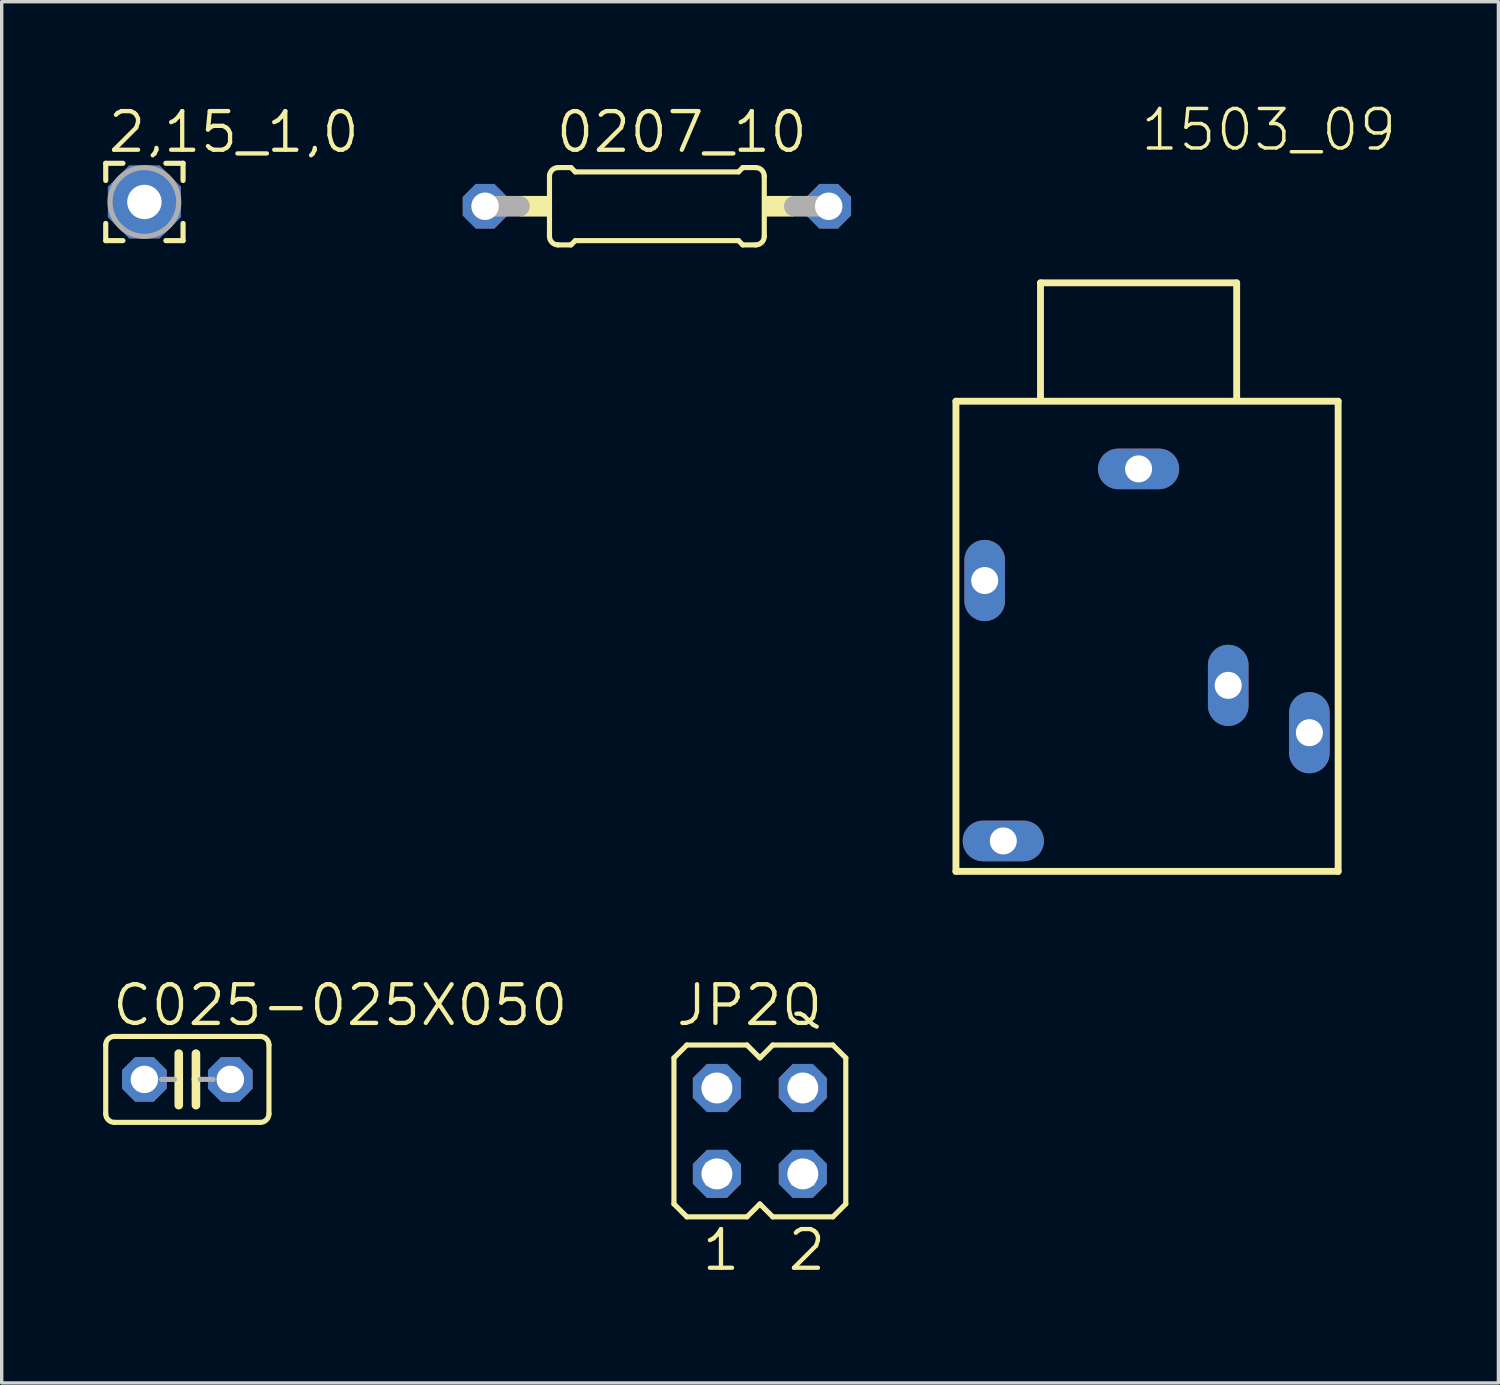
<source format=kicad_pcb>
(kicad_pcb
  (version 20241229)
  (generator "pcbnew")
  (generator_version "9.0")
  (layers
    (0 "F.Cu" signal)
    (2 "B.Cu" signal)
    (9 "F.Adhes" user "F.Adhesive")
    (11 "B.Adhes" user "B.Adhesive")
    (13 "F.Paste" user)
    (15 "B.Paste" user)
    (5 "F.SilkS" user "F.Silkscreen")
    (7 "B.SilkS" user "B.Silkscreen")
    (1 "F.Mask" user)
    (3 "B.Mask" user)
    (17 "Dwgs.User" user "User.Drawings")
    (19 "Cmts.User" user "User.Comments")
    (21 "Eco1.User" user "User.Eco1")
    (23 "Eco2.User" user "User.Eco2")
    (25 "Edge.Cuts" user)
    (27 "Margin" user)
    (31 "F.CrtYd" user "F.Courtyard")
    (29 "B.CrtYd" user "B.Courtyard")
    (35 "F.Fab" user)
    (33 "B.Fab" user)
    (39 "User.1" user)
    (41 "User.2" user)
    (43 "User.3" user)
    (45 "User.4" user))
  (footprint "C025-025X050"
    (layer "F.Cu")
    (at 2.489 28.863)
    (property "Reference" "C025-025X050" (at -2.286 -1.524 0) (layer "F.SilkS") (effects (font (size 1.143 1.143) (thickness 0.127)) (justify left bottom)))
    (fp_line (start -2.413 -1.016) (end -2.413 1.016) (stroke (width 0.152) (type solid)) (layer "F.SilkS"))
    (fp_line (start -2.159 -1.27) (end 2.159 -1.27) (stroke (width 0.152) (type solid)) (layer "F.SilkS"))
    (fp_line (start -0.254 -0.762) (end -0.254 0) (stroke (width 0.254) (type solid)) (layer "F.SilkS"))
    (fp_line (start -0.254 0) (end -0.381 0) (stroke (width 0.152) (type solid)) (layer "F.SilkS"))
    (fp_line (start -0.254 0) (end -0.254 0.762) (stroke (width 0.254) (type solid)) (layer "F.SilkS"))
    (fp_line (start 0.254 0) (end 0.254 -0.762) (stroke (width 0.254) (type solid)) (layer "F.SilkS"))
    (fp_line (start 0.254 0) (end 0.254 0.762) (stroke (width 0.254) (type solid)) (layer "F.SilkS"))
    (fp_line (start 0.381 0) (end 0.254 0) (stroke (width 0.152) (type solid)) (layer "F.SilkS"))
    (fp_line (start 2.159 1.27) (end -2.159 1.27) (stroke (width 0.152) (type solid)) (layer "F.SilkS"))
    (fp_line (start 2.413 -1.016) (end 2.413 1.016) (stroke (width 0.152) (type solid)) (layer "F.SilkS"))
    (fp_arc (start -2.413 -1.016) (mid -2.338605 -1.195605) (end -2.159 -1.27) (stroke (width 0.1524) (type solid)) (layer "F.SilkS"))
    (fp_arc (start -2.159 1.27) (mid -2.338605 1.195605) (end -2.413 1.016) (stroke (width 0.1524) (type solid)) (layer "F.SilkS"))
    (fp_arc (start 2.159 -1.27) (mid 2.338605 -1.195605) (end 2.413 -1.016) (stroke (width 0.1524) (type solid)) (layer "F.SilkS"))
    (fp_arc (start 2.413 1.016) (mid 2.338605 1.195605) (end 2.159 1.27) (stroke (width 0.1524) (type solid)) (layer "F.SilkS"))
    (fp_line (start -0.381 0) (end -0.762 0) (stroke (width 0.152) (type solid)) (layer "F.Fab"))
    (fp_line (start 0.762 0) (end 0.381 0) (stroke (width 0.152) (type solid)) (layer "F.Fab"))
    (pad "1" thru_hole roundrect (at -1.27 0) (size 1.321 1.321) (drill 0.813) (layers "*.Cu" "*.Mask") (roundrect_rratio 0.25) (chamfer_ratio 0.293) (chamfer top_left top_right bottom_left bottom_right))
    (pad "2" thru_hole roundrect (at 1.27 0) (size 1.321 1.321) (drill 0.813) (layers "*.Cu" "*.Mask") (roundrect_rratio 0.25) (chamfer_ratio 0.293) (chamfer top_left top_right bottom_left bottom_right)))
  (footprint "1503_09"
    (layer "F.Cu")
    (at 30.613 8.713)
    (property "Reference" "1503_09" (at 0 -7.24 0) (layer "F.SilkS") (effects (font (size 1.168 1.168) (thickness 0.102)) (justify left bottom)))
    (fp_line (start -5.4 0.1) (end 5.9 0.1) (stroke (width 0.203) (type solid)) (layer "F.SilkS"))
    (fp_line (start -5.4 14) (end -5.4 0.1) (stroke (width 0.203) (type solid)) (layer "F.SilkS"))
    (fp_line (start -2.9 -3.4) (end 2.9 -3.4) (stroke (width 0.203) (type solid)) (layer "F.SilkS"))
    (fp_line (start -2.9 0) (end -2.9 -3.4) (stroke (width 0.203) (type solid)) (layer "F.SilkS"))
    (fp_line (start 2.9 -3.4) (end 2.9 0) (stroke (width 0.203) (type solid)) (layer "F.SilkS"))
    (fp_line (start 5.9 0.1) (end 5.9 14) (stroke (width 0.203) (type solid)) (layer "F.SilkS"))
    (fp_line (start 5.9 14) (end -5.4 14) (stroke (width 0.203) (type solid)) (layer "F.SilkS"))
    (pad "1" thru_hole oval (at 0 2.1 180) (size 2.4 1.2) (drill 0.8) (layers "*.Cu" "*.Mask"))
    (pad "2" thru_hole oval (at -4.55 5.4 90) (size 2.4 1.2) (drill 0.8) (layers "*.Cu" "*.Mask"))
    (pad "3" thru_hole oval (at 5.05 9.9 90) (size 2.4 1.2) (drill 0.8) (layers "*.Cu" "*.Mask"))
    (pad "4" thru_hole oval (at -4 13.1 180) (size 2.4 1.2) (drill 0.8) (layers "*.Cu" "*.Mask"))
    (pad "5" thru_hole oval (at 2.65 8.5 90) (size 2.4 1.2) (drill 0.8) (layers "*.Cu" "*.Mask")))
  (footprint "JP2Q"
    (layer "F.Cu")
    (at 19.416 30.387)
    (property "Reference" "JP2Q" (at -2.54 -3.048 0) (layer "F.SilkS") (effects (font (size 1.143 1.143) (thickness 0.127)) (justify left bottom)))
    (fp_line (start -2.54 -2.159) (end -2.159 -2.54) (stroke (width 0.152) (type solid)) (layer "F.SilkS"))
    (fp_line (start -2.54 2.159) (end -2.54 -2.159) (stroke (width 0.152) (type solid)) (layer "F.SilkS"))
    (fp_line (start -2.54 2.159) (end -2.159 2.54) (stroke (width 0.152) (type solid)) (layer "F.SilkS"))
    (fp_line (start -2.159 -2.54) (end -0.381 -2.54) (stroke (width 0.152) (type solid)) (layer "F.SilkS"))
    (fp_line (start -2.159 2.54) (end -0.381 2.54) (stroke (width 0.152) (type solid)) (layer "F.SilkS"))
    (fp_line (start -0.381 -2.54) (end 0 -2.159) (stroke (width 0.152) (type solid)) (layer "F.SilkS"))
    (fp_line (start 0 -2.159) (end 0.381 -2.54) (stroke (width 0.152) (type solid)) (layer "F.SilkS"))
    (fp_line (start 0 2.159) (end -0.381 2.54) (stroke (width 0.152) (type solid)) (layer "F.SilkS"))
    (fp_line (start 0 2.159) (end 0.381 2.54) (stroke (width 0.152) (type solid)) (layer "F.SilkS"))
    (fp_line (start 0.381 -2.54) (end 2.159 -2.54) (stroke (width 0.152) (type solid)) (layer "F.SilkS"))
    (fp_line (start 2.159 2.54) (end 0.381 2.54) (stroke (width 0.152) (type solid)) (layer "F.SilkS"))
    (fp_line (start 2.54 -2.159) (end 2.159 -2.54) (stroke (width 0.152) (type solid)) (layer "F.SilkS"))
    (fp_line (start 2.54 -2.159) (end 2.54 2.159) (stroke (width 0.152) (type solid)) (layer "F.SilkS"))
    (fp_line (start 2.54 2.159) (end 2.159 2.54) (stroke (width 0.152) (type solid)) (layer "F.SilkS"))
    (fp_poly (pts (xy -1.575 -0.965) (xy -0.965 -0.965) (xy -0.965 -1.575) (xy -1.575 -1.575)) (stroke (width 0.1) (type solid)) (fill no) (layer "F.Fab"))
    (fp_poly (pts (xy -1.575 1.575) (xy -0.965 1.575) (xy -0.965 0.965) (xy -1.575 0.965)) (stroke (width 0.1) (type solid)) (fill no) (layer "F.Fab"))
    (fp_poly (pts (xy 0.965 -0.965) (xy 1.575 -0.965) (xy 1.575 -1.575) (xy 0.965 -1.575)) (stroke (width 0.1) (type solid)) (fill no) (layer "F.Fab"))
    (fp_poly (pts (xy 0.965 1.575) (xy 1.575 1.575) (xy 1.575 0.965) (xy 0.965 0.965)) (stroke (width 0.1) (type solid)) (fill no) (layer "F.Fab"))
    (fp_text user "2" (at 0.762 4.191 0) (layer "F.SilkS") (effects (font (size 1.143 1.143) (thickness 0.127)) (justify left bottom)))
    (fp_text user "1" (at -1.778 4.191 0) (layer "F.SilkS") (effects (font (size 1.143 1.143) (thickness 0.127)) (justify left bottom)))
    (pad "1" thru_hole roundrect (at -1.27 1.27) (size 1.422 1.422) (drill 0.914) (layers "*.Cu" "*.Mask") (roundrect_rratio 0.25) (chamfer_ratio 0.293) (chamfer top_left top_right bottom_left bottom_right))
    (pad "2" thru_hole roundrect (at -1.27 -1.27) (size 1.422 1.422) (drill 0.914) (layers "*.Cu" "*.Mask") (roundrect_rratio 0.25) (chamfer_ratio 0.293) (chamfer top_left top_right bottom_left bottom_right))
    (pad "3" thru_hole roundrect (at 1.27 1.27) (size 1.422 1.422) (drill 0.914) (layers "*.Cu" "*.Mask") (roundrect_rratio 0.25) (chamfer_ratio 0.293) (chamfer top_left top_right bottom_left bottom_right))
    (pad "4" thru_hole roundrect (at 1.27 -1.27) (size 1.422 1.422) (drill 0.914) (layers "*.Cu" "*.Mask") (roundrect_rratio 0.25) (chamfer_ratio 0.293) (chamfer top_left top_right bottom_left bottom_right)))
  (footprint "0207_10"
    (layer "F.Cu")
    (at 16.371 3.048)
    (property "Reference" "0207_10" (at -3.048 -1.524 0) (layer "F.SilkS") (effects (font (size 1.143 1.143) (thickness 0.127)) (justify left bottom)))
    (fp_line (start -3.175 0.889) (end -3.175 -0.889) (stroke (width 0.152) (type solid)) (layer "F.SilkS"))
    (fp_line (start -2.921 -1.143) (end -2.54 -1.143) (stroke (width 0.152) (type solid)) (layer "F.SilkS"))
    (fp_line (start -2.921 1.143) (end -2.54 1.143) (stroke (width 0.152) (type solid)) (layer "F.SilkS"))
    (fp_line (start -2.413 -1.016) (end -2.54 -1.143) (stroke (width 0.152) (type solid)) (layer "F.SilkS"))
    (fp_line (start -2.413 1.016) (end -2.54 1.143) (stroke (width 0.152) (type solid)) (layer "F.SilkS"))
    (fp_line (start 2.413 -1.016) (end -2.413 -1.016) (stroke (width 0.152) (type solid)) (layer "F.SilkS"))
    (fp_line (start 2.413 -1.016) (end 2.54 -1.143) (stroke (width 0.152) (type solid)) (layer "F.SilkS"))
    (fp_line (start 2.413 1.016) (end -2.413 1.016) (stroke (width 0.152) (type solid)) (layer "F.SilkS"))
    (fp_line (start 2.413 1.016) (end 2.54 1.143) (stroke (width 0.152) (type solid)) (layer "F.SilkS"))
    (fp_line (start 2.921 -1.143) (end 2.54 -1.143) (stroke (width 0.152) (type solid)) (layer "F.SilkS"))
    (fp_line (start 2.921 1.143) (end 2.54 1.143) (stroke (width 0.152) (type solid)) (layer "F.SilkS"))
    (fp_line (start 3.175 0.889) (end 3.175 -0.889) (stroke (width 0.152) (type solid)) (layer "F.SilkS"))
    (fp_arc (start -3.175 -0.889) (mid -3.100605 -1.068605) (end -2.921 -1.143) (stroke (width 0.1524) (type solid)) (layer "F.SilkS"))
    (fp_arc (start -2.921 1.143) (mid -3.100605 1.068605) (end -3.175 0.889) (stroke (width 0.1524) (type solid)) (layer "F.SilkS"))
    (fp_arc (start 2.921 -1.143) (mid 3.100605 -1.068605) (end 3.175 -0.889) (stroke (width 0.1524) (type solid)) (layer "F.SilkS"))
    (fp_arc (start 3.175 0.889) (mid 3.100605 1.068605) (end 2.921 1.143) (stroke (width 0.1524) (type solid)) (layer "F.SilkS"))
    (fp_poly (pts (xy -4.039 0.305) (xy -3.175 0.305) (xy -3.175 -0.305) (xy -4.039 -0.305)) (stroke (width 0) (type solid)) (fill yes) (layer "F.SilkS"))
    (fp_poly (pts (xy 3.175 0.305) (xy 4.039 0.305) (xy 4.039 -0.305) (xy 3.175 -0.305)) (stroke (width 0) (type solid)) (fill yes) (layer "F.SilkS"))
    (fp_line (start -5.08 0) (end -4.064 0) (stroke (width 0.61) (type solid)) (layer "F.Fab"))
    (fp_line (start 5.08 0) (end 4.064 0) (stroke (width 0.61) (type solid)) (layer "F.Fab"))
    (pad "1" thru_hole roundrect (at -5.08 0) (size 1.321 1.321) (drill 0.813) (layers "*.Cu" "*.Mask") (roundrect_rratio 0.25) (chamfer_ratio 0.293) (chamfer top_left top_right bottom_left bottom_right))
    (pad "2" thru_hole roundrect (at 5.08 0) (size 1.321 1.321) (drill 0.813) (layers "*.Cu" "*.Mask") (roundrect_rratio 0.25) (chamfer_ratio 0.293) (chamfer top_left top_right bottom_left bottom_right)))
  (footprint "2,15_1,0"
    (layer "F.Cu")
    (at 1.219 2.921)
    (property "Reference" "2,15_1,0" (at -1.143 -1.397 0) (layer "F.SilkS") (effects (font (size 1.143 1.143) (thickness 0.127)) (justify left bottom)))
    (fp_line (start -1.143 -1.143) (end -1.143 -0.635) (stroke (width 0.152) (type solid)) (layer "F.SilkS"))
    (fp_line (start -1.143 0.635) (end -1.143 1.143) (stroke (width 0.152) (type solid)) (layer "F.SilkS"))
    (fp_line (start -1.143 1.143) (end -0.635 1.143) (stroke (width 0.152) (type solid)) (layer "F.SilkS"))
    (fp_line (start -0.635 -1.143) (end -1.143 -1.143) (stroke (width 0.152) (type solid)) (layer "F.SilkS"))
    (fp_line (start 1.143 -1.143) (end 0.635 -1.143) (stroke (width 0.152) (type solid)) (layer "F.SilkS"))
    (fp_line (start 1.143 -0.635) (end 1.143 -1.143) (stroke (width 0.152) (type solid)) (layer "F.SilkS"))
    (fp_line (start 1.143 1.143) (end 0.635 1.143) (stroke (width 0.152) (type solid)) (layer "F.SilkS"))
    (fp_line (start 1.143 1.143) (end 1.143 0.635) (stroke (width 0.152) (type solid)) (layer "F.SilkS"))
    (fp_circle (center 0 0) (end 1.016 0) (stroke (width 0.152) (type solid)) (fill no) (layer "F.Fab"))
    (pad "1" thru_hole roundrect (at 0 0) (size 2.159 2.159) (drill 1.016) (layers "*.Cu" "*.Mask") (roundrect_rratio 0.25) (chamfer_ratio 0.293) (chamfer top_left top_right bottom_left bottom_right)))
  (gr_rect
    (start -3 -3)
    (end 41.251 37.837)
    (stroke (width 0.1) (type default))
    (fill no)
    (layer "Edge.Cuts")))
</source>
